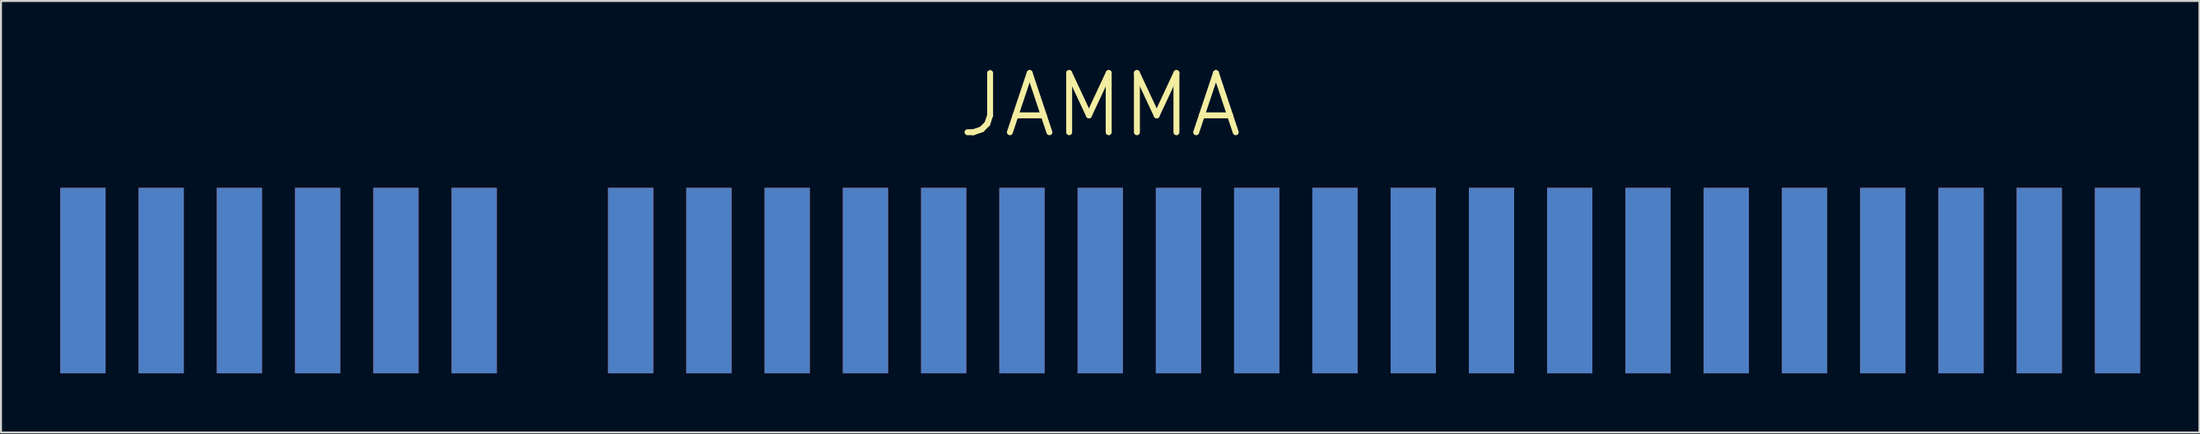
<source format=kicad_pcb>
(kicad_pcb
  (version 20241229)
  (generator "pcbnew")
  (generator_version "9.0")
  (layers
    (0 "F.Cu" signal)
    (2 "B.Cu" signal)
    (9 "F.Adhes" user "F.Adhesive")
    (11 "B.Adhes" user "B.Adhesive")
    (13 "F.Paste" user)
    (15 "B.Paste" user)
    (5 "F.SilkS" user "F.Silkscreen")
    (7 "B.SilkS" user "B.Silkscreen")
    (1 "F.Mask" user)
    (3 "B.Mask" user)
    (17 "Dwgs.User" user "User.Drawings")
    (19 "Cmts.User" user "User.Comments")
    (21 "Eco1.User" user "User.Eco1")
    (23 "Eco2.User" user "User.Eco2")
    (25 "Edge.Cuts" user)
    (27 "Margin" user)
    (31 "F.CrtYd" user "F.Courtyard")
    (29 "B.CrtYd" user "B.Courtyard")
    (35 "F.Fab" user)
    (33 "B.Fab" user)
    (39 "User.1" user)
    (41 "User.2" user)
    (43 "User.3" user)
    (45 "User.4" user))
  (footprint "JAMMA"
    (layer "F.Cu")
    (at 52.625 11.171)
    (property "Reference" "JAMMA" (at 0 -8.89 0) (layer "F.SilkS") (effects (font (size 3 3) (thickness 0.3))))
    (attr through_hole)
    (pad "A1" smd rect (at -51.48 0) (size 2.29 9.4) (layers "F.Cu" "F.Mask" "F.Paste"))
    (pad "A2" smd rect (at -47.52 0) (size 2.29 9.4) (layers "F.Cu" "F.Mask" "F.Paste"))
    (pad "A3" smd rect (at -43.56 0) (size 2.29 9.4) (layers "F.Cu" "F.Mask" "F.Paste"))
    (pad "A4" smd rect (at -39.6 0) (size 2.29 9.4) (layers "F.Cu" "F.Mask" "F.Paste"))
    (pad "A5" smd rect (at -35.64 0) (size 2.29 9.4) (layers "F.Cu" "F.Mask" "F.Paste"))
    (pad "A6" smd rect (at -31.68 0) (size 2.29 9.4) (layers "F.Cu" "F.Mask" "F.Paste"))
    (pad "A7" smd rect (at -23.76 0) (size 2.29 9.4) (layers "F.Cu" "F.Mask" "F.Paste"))
    (pad "A8" smd rect (at -19.8 0) (size 2.29 9.4) (layers "F.Cu" "F.Mask" "F.Paste"))
    (pad "A9" smd rect (at -15.84 0) (size 2.29 9.4) (layers "F.Cu" "F.Mask" "F.Paste"))
    (pad "A10" smd rect (at -11.88 0) (size 2.29 9.4) (layers "F.Cu" "F.Mask" "F.Paste"))
    (pad "A11" smd rect (at -7.92 0) (size 2.29 9.4) (layers "F.Cu" "F.Mask" "F.Paste"))
    (pad "A12" smd rect (at -3.96 0) (size 2.29 9.4) (layers "F.Cu" "F.Mask" "F.Paste"))
    (pad "A13" smd rect (at 0 0) (size 2.29 9.4) (layers "F.Cu" "F.Mask" "F.Paste"))
    (pad "A14" smd rect (at 3.96 0) (size 2.29 9.4) (layers "F.Cu" "F.Mask" "F.Paste"))
    (pad "A15" smd rect (at 7.92 0) (size 2.29 9.4) (layers "F.Cu" "F.Mask" "F.Paste"))
    (pad "A16" smd rect (at 11.88 0) (size 2.29 9.4) (layers "F.Cu" "F.Mask" "F.Paste"))
    (pad "A17" smd rect (at 15.84 0) (size 2.29 9.4) (layers "F.Cu" "F.Mask" "F.Paste"))
    (pad "A18" smd rect (at 19.8 0) (size 2.29 9.4) (layers "F.Cu" "F.Mask" "F.Paste"))
    (pad "A19" smd rect (at 23.76 0) (size 2.29 9.4) (layers "F.Cu" "F.Mask" "F.Paste"))
    (pad "A20" smd rect (at 27.72 0) (size 2.29 9.4) (layers "F.Cu" "F.Mask" "F.Paste"))
    (pad "A21" smd rect (at 31.68 0) (size 2.29 9.4) (layers "F.Cu" "F.Mask" "F.Paste"))
    (pad "A22" smd rect (at 35.64 0) (size 2.29 9.4) (layers "F.Cu" "F.Mask" "F.Paste"))
    (pad "A23" smd rect (at 39.6 0) (size 2.29 9.4) (layers "F.Cu" "F.Mask" "F.Paste"))
    (pad "A24" smd rect (at 43.56 0) (size 2.29 9.4) (layers "F.Cu" "F.Mask" "F.Paste"))
    (pad "A25" smd rect (at 47.52 0) (size 2.29 9.4) (layers "F.Cu" "F.Mask" "F.Paste"))
    (pad "A26" smd rect (at 51.48 0) (size 2.29 9.4) (layers "F.Cu" "F.Mask" "F.Paste"))
    (pad "B1" smd rect (at -51.48 0) (size 2.29 9.4) (layers "F.Mask" "B.Cu" "F.Paste"))
    (pad "B2" smd rect (at -47.52 0) (size 2.29 9.4) (layers "F.Mask" "B.Cu" "F.Paste"))
    (pad "B3" smd rect (at -43.56 0) (size 2.29 9.4) (layers "F.Mask" "B.Cu" "F.Paste"))
    (pad "B4" smd rect (at -39.6 0) (size 2.29 9.4) (layers "F.Mask" "B.Cu" "F.Paste"))
    (pad "B5" smd rect (at -35.64 0) (size 2.29 9.4) (layers "F.Mask" "B.Cu" "F.Paste"))
    (pad "B6" smd rect (at -31.68 0) (size 2.29 9.4) (layers "F.Mask" "B.Cu" "F.Paste"))
    (pad "B7" smd rect (at -23.76 0) (size 2.29 9.4) (layers "F.Mask" "B.Cu" "F.Paste"))
    (pad "B8" smd rect (at -19.8 0) (size 2.29 9.4) (layers "F.Mask" "B.Cu" "F.Paste"))
    (pad "B9" smd rect (at -15.84 0) (size 2.29 9.4) (layers "F.Mask" "B.Cu" "F.Paste"))
    (pad "B10" smd rect (at -11.88 0) (size 2.29 9.4) (layers "F.Mask" "B.Cu" "F.Paste"))
    (pad "B11" smd rect (at -7.92 0) (size 2.29 9.4) (layers "F.Mask" "B.Cu" "F.Paste"))
    (pad "B12" smd rect (at -3.96 0) (size 2.29 9.4) (layers "F.Mask" "B.Cu" "F.Paste"))
    (pad "B13" smd rect (at 0 0) (size 2.29 9.4) (layers "F.Mask" "B.Cu" "F.Paste"))
    (pad "B14" smd rect (at 3.96 0) (size 2.29 9.4) (layers "F.Mask" "B.Cu" "F.Paste"))
    (pad "B15" smd rect (at 7.92 0) (size 2.29 9.4) (layers "F.Mask" "B.Cu" "F.Paste"))
    (pad "B16" smd rect (at 11.88 0) (size 2.29 9.4) (layers "F.Mask" "B.Cu" "F.Paste"))
    (pad "B17" smd rect (at 15.84 0) (size 2.29 9.4) (layers "F.Mask" "B.Cu" "F.Paste"))
    (pad "B18" smd rect (at 19.8 0) (size 2.29 9.4) (layers "F.Mask" "B.Cu" "F.Paste"))
    (pad "B19" smd rect (at 23.76 0) (size 2.29 9.4) (layers "F.Mask" "B.Cu" "F.Paste"))
    (pad "B20" smd rect (at 27.72 0) (size 2.29 9.4) (layers "F.Mask" "B.Cu" "F.Paste"))
    (pad "B21" smd rect (at 31.68 0) (size 2.29 9.4) (layers "F.Mask" "B.Cu" "F.Paste"))
    (pad "B22" smd rect (at 35.64 0) (size 2.29 9.4) (layers "F.Mask" "B.Cu" "F.Paste"))
    (pad "B23" smd rect (at 39.6 0) (size 2.29 9.4) (layers "F.Mask" "B.Cu" "F.Paste"))
    (pad "B24" smd rect (at 43.56 0) (size 2.29 9.4) (layers "F.Mask" "B.Cu" "F.Paste"))
    (pad "B25" smd rect (at 47.52 0) (size 2.29 9.4) (layers "F.Mask" "B.Cu" "F.Paste"))
    (pad "B26" smd rect (at 51.48 0) (size 2.29 9.4) (layers "F.Mask" "B.Cu" "F.Paste")))
  (gr_rect
    (start -3 -3)
    (end 108.25 18.872)
    (stroke (width 0.1) (type default))
    (fill no)
    (layer "Edge.Cuts")))
</source>
